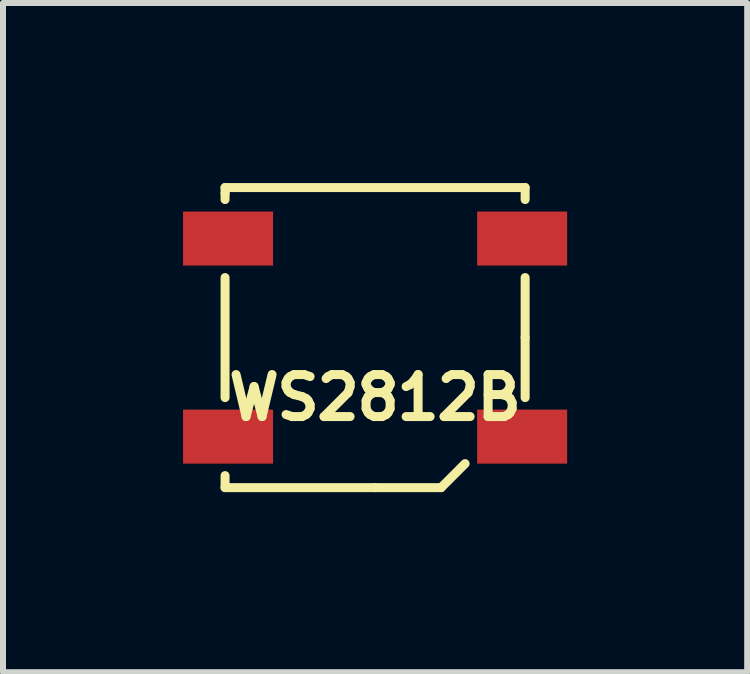
<source format=kicad_pcb>
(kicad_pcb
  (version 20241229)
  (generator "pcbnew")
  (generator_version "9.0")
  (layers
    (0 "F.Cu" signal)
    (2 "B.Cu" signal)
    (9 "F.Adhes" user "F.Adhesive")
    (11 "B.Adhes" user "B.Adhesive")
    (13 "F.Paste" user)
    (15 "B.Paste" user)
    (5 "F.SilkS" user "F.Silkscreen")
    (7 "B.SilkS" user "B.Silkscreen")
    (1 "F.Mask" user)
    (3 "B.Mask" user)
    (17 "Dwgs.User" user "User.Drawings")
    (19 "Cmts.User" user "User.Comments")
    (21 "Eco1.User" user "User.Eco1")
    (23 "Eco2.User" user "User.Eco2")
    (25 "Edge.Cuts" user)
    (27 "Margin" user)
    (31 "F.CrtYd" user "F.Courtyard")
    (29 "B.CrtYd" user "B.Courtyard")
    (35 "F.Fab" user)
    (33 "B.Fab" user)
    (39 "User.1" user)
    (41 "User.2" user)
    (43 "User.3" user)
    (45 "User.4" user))
  (footprint "WS2812B"
    (layer "F.Cu")
    (at 3.2 2.575)
    (property "Reference" "WS2812B" (at 0 1 0) (layer "F.SilkS") (effects (font (size 0.7 0.7) (thickness 0.15))))
    (attr through_hole)
    (fp_line (start -2.5 -2.5) (end -2.5 -2.4) (stroke (width 0.15) (type solid)) (layer "F.SilkS"))
    (fp_line (start -2.5 -2.4) (end -2.5 -2.3) (stroke (width 0.15) (type solid)) (layer "F.SilkS"))
    (fp_line (start -2.5 -1) (end -2.5 1) (stroke (width 0.15) (type solid)) (layer "F.SilkS"))
    (fp_line (start -2.5 2.5) (end -2.5 2.3) (stroke (width 0.15) (type solid)) (layer "F.SilkS"))
    (fp_line (start -2.5 2.5) (end 0 2.5) (stroke (width 0.15) (type solid)) (layer "F.SilkS"))
    (fp_line (start 0 2.5) (end 1.1 2.5) (stroke (width 0.15) (type solid)) (layer "F.SilkS"))
    (fp_line (start 1.1 2.5) (end 1.5 2.1) (stroke (width 0.15) (type solid)) (layer "F.SilkS"))
    (fp_line (start 2.5 -2.5) (end -2.5 -2.5) (stroke (width 0.15) (type solid)) (layer "F.SilkS"))
    (fp_line (start 2.5 -2.5) (end 2.5 -2.3) (stroke (width 0.15) (type solid)) (layer "F.SilkS"))
    (fp_line (start 2.5 -1) (end 2.5 0) (stroke (width 0.15) (type solid)) (layer "F.SilkS"))
    (fp_line (start 2.5 0) (end 2.5 1) (stroke (width 0.15) (type solid)) (layer "F.SilkS"))
    (pad "1" smd rect (at -1.7 -2.1) (size 1.5 0.9) (drill (offset -0.75 0.45)) (layers "F.Cu" "F.Mask" "F.Paste"))
    (pad "2" smd rect (at -1.7 2.1) (size 1.5 0.9) (drill (offset -0.75 -0.45)) (layers "F.Cu" "F.Mask" "F.Paste"))
    (pad "3" smd rect (at 1.7 2.1) (size 1.5 0.9) (drill (offset 0.75 -0.45)) (layers "F.Cu" "F.Mask" "F.Paste"))
    (pad "4" smd rect (at 1.7 -2.1) (size 1.5 0.9) (drill (offset 0.75 0.45)) (layers "F.Cu" "F.Mask" "F.Paste")))
  (gr_rect
    (start -3 -3)
    (end 9.4 8.15)
    (stroke (width 0.1) (type default))
    (fill no)
    (layer "Edge.Cuts")))
</source>
